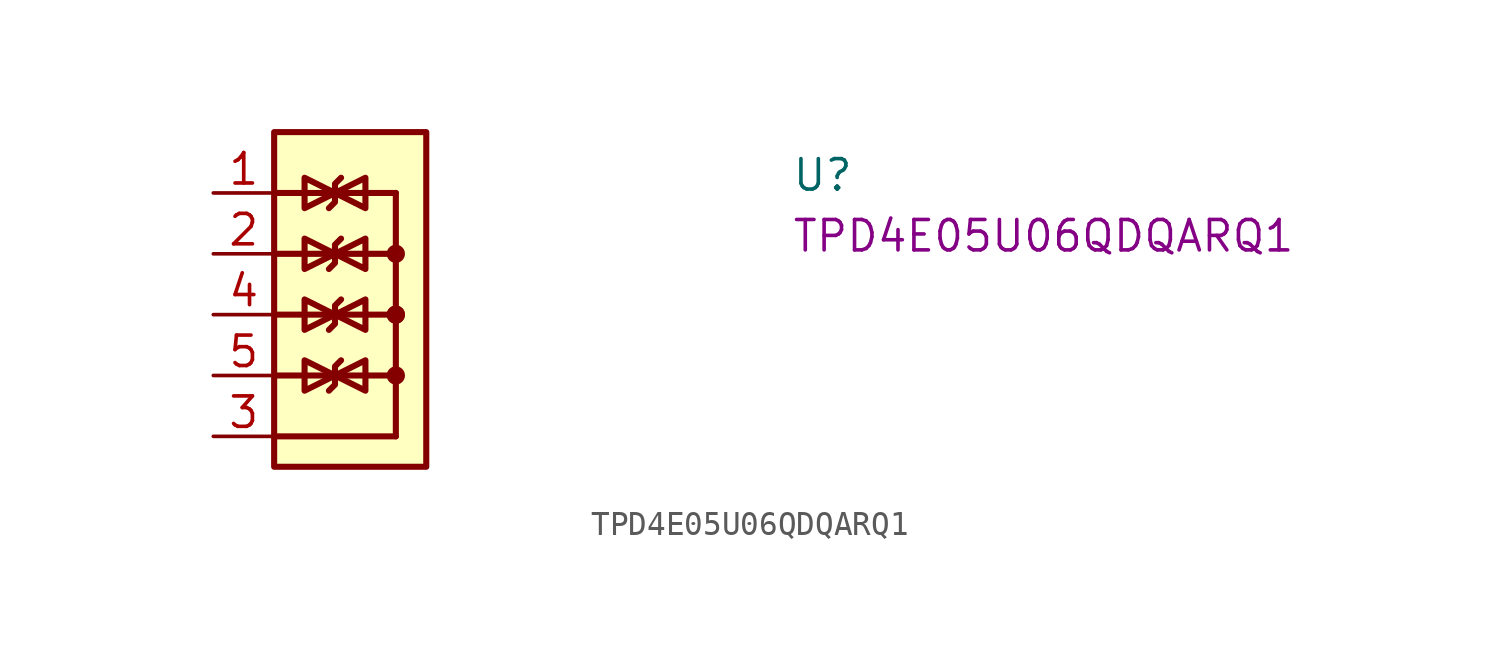
<source format=kicad_sym>
(kicad_symbol_lib
  (version 20220914)
  (generator kicad_symbol_editor)
  (symbol "TPD4E05U06QDQARQ1"
    (property "Reference" "U"
      (at 24.13 0 0)
      (effects (font (size 1.27 1.27) (thickness 0.15)) (justify left bottom)))
    (property "MPN" "TPD4E05U06QDQARQ1"
      (at 24.13 -2.54 0)
      (effects (font (size 1.27 1.27) (thickness 0.15)) (justify left bottom)))
    (symbol "TPD4E05U06QDQARQ1_1_1"
      (polyline (pts (xy 2.54 -7.62) (xy 7.62 -7.62)) (stroke (width 0.254) (type default)) (fill (type background)))
      (polyline (pts (xy 2.54 -5.08) (xy 7.62 -5.08)) (stroke (width 0.254) (type default)) (fill (type background)))
      (polyline (pts (xy 2.54 -2.54) (xy 7.62 -2.54)) (stroke (width 0.254) (type default)) (fill (type background)))
      (polyline (pts (xy 2.54 0) (xy 7.62 0)) (stroke (width 0.254) (type default)) (fill (type background)))
      (polyline (pts (xy 7.62 -10.16) (xy 2.54 -10.16)) (stroke (width 0.254) (type default)) (fill (type background)))
      (polyline (pts (xy 7.62 0) (xy 7.62 -10.16)) (stroke (width 0.254) (type default)) (fill (type background)))
      (polyline (pts (xy 4.826 -8.255) (xy 5.08 -8.001) (xy 5.08 -7.239) (xy 5.334 -6.985)) (stroke (width 0.254) (type default)) (fill (type background)))
      (polyline (pts (xy 4.826 -5.715) (xy 5.08 -5.461) (xy 5.08 -4.699) (xy 5.334 -4.445)) (stroke (width 0.254) (type default)) (fill (type background)))
      (polyline (pts (xy 4.826 -3.175) (xy 5.08 -2.921) (xy 5.08 -2.159) (xy 5.334 -1.905)) (stroke (width 0.254) (type default)) (fill (type background)))
      (polyline (pts (xy 4.826 -0.635) (xy 5.08 -0.381) (xy 5.08 0.381) (xy 5.334 0.635)) (stroke (width 0.254) (type default)) (fill (type background)))
      (polyline (pts (xy 5.08 -7.62) (xy 3.81 -8.255) (xy 3.81 -6.985) (xy 5.08 -7.62)) (stroke (width 0.254) (type default)) (fill (type background)))
      (polyline (pts (xy 5.08 -5.08) (xy 3.81 -5.715) (xy 3.81 -4.445) (xy 5.08 -5.08)) (stroke (width 0.254) (type default)) (fill (type background)))
      (polyline (pts (xy 5.08 -5.08) (xy 6.35 -4.445) (xy 6.35 -5.715) (xy 5.08 -5.08)) (stroke (width 0.254) (type default)) (fill (type background)))
      (polyline (pts (xy 5.08 -2.54) (xy 3.81 -3.175) (xy 3.81 -1.905) (xy 5.08 -2.54)) (stroke (width 0.254) (type default)) (fill (type background)))
      (polyline (pts (xy 5.08 -2.54) (xy 6.35 -3.175) (xy 6.35 -1.905) (xy 5.08 -2.54)) (stroke (width 0.254) (type default)) (fill (type background)))
      (polyline (pts (xy 5.08 0) (xy 3.81 -0.635) (xy 3.81 0.635) (xy 5.08 0)) (stroke (width 0.254) (type default)) (fill (type background)))
      (polyline (pts (xy 5.08 0) (xy 6.35 -0.635) (xy 6.35 0.635) (xy 5.08 0)) (stroke (width 0.254) (type default)) (fill (type background)))
      (polyline (pts (xy 6.35 -6.985) (xy 6.35 -8.255) (xy 5.08 -7.62) (xy 6.35 -6.985)) (stroke (width 0.254) (type default)) (fill (type background)))
      (rectangle (start 2.54 2.54) (end 8.89 -11.43) (stroke (width 0.254) (type default)) (fill (type background)))
      (circle (center 7.62 -7.62) (radius 0.254) (stroke (width 0.254) (type default)) (fill (type background)))
      (circle (center 7.62 -5.08) (radius 0.254) (stroke (width 0.254) (type default)) (fill (type background)))
      (circle (center 7.62 -5.08) (radius 0.254) (stroke (width 0.254) (type default)) (fill (type background)))
      (circle (center 7.62 -2.54) (radius 0.254) (stroke (width 0.254) (type default)) (fill (type background)))
      (pin passive line (at 0 0 0) (length 2.54) (name "~" (effects (font (size 1.27 1.27)))) (number "1" (effects (font (size 1.27 1.27)))))
      (pin passive line (at 0 0 0) (length 2.54) hide (name "~" (effects (font (size 1.27 1.27)))) (number "10" (effects (font (size 1.27 1.27)))))
      (pin passive line (at 0 -2.54 0) (length 2.54) (name "~" (effects (font (size 1.27 1.27)))) (number "2" (effects (font (size 1.27 1.27)))))
      (pin power_in line (at 0 -10.16 0) (length 2.54) (name "~" (effects (font (size 1.27 1.27)))) (number "3" (effects (font (size 1.27 1.27)))))
      (pin passive line (at 0 -5.08 0) (length 2.54) (name "~" (effects (font (size 1.27 1.27)))) (number "4" (effects (font (size 1.27 1.27)))))
      (pin passive line (at 0 -7.62 0) (length 2.54) (name "~" (effects (font (size 1.27 1.27)))) (number "5" (effects (font (size 1.27 1.27)))))
      (pin passive line (at 0 -7.62 0) (length 2.54) hide (name "~" (effects (font (size 1.27 1.27)))) (number "6" (effects (font (size 1.27 1.27)))))
      (pin passive line (at 0 -5.08 0) (length 2.54) hide (name "~" (effects (font (size 1.27 1.27)))) (number "7" (effects (font (size 1.27 1.27)))))
      (pin passive line (at 0 -10.16 0) (length 2.54) hide (name "~" (effects (font (size 1.27 1.27)))) (number "8" (effects (font (size 1.27 1.27)))))
      (pin passive line (at 0 -2.54 0) (length 2.54) hide (name "~" (effects (font (size 1.27 1.27)))) (number "9" (effects (font (size 1.27 1.27))))))))
</source>
